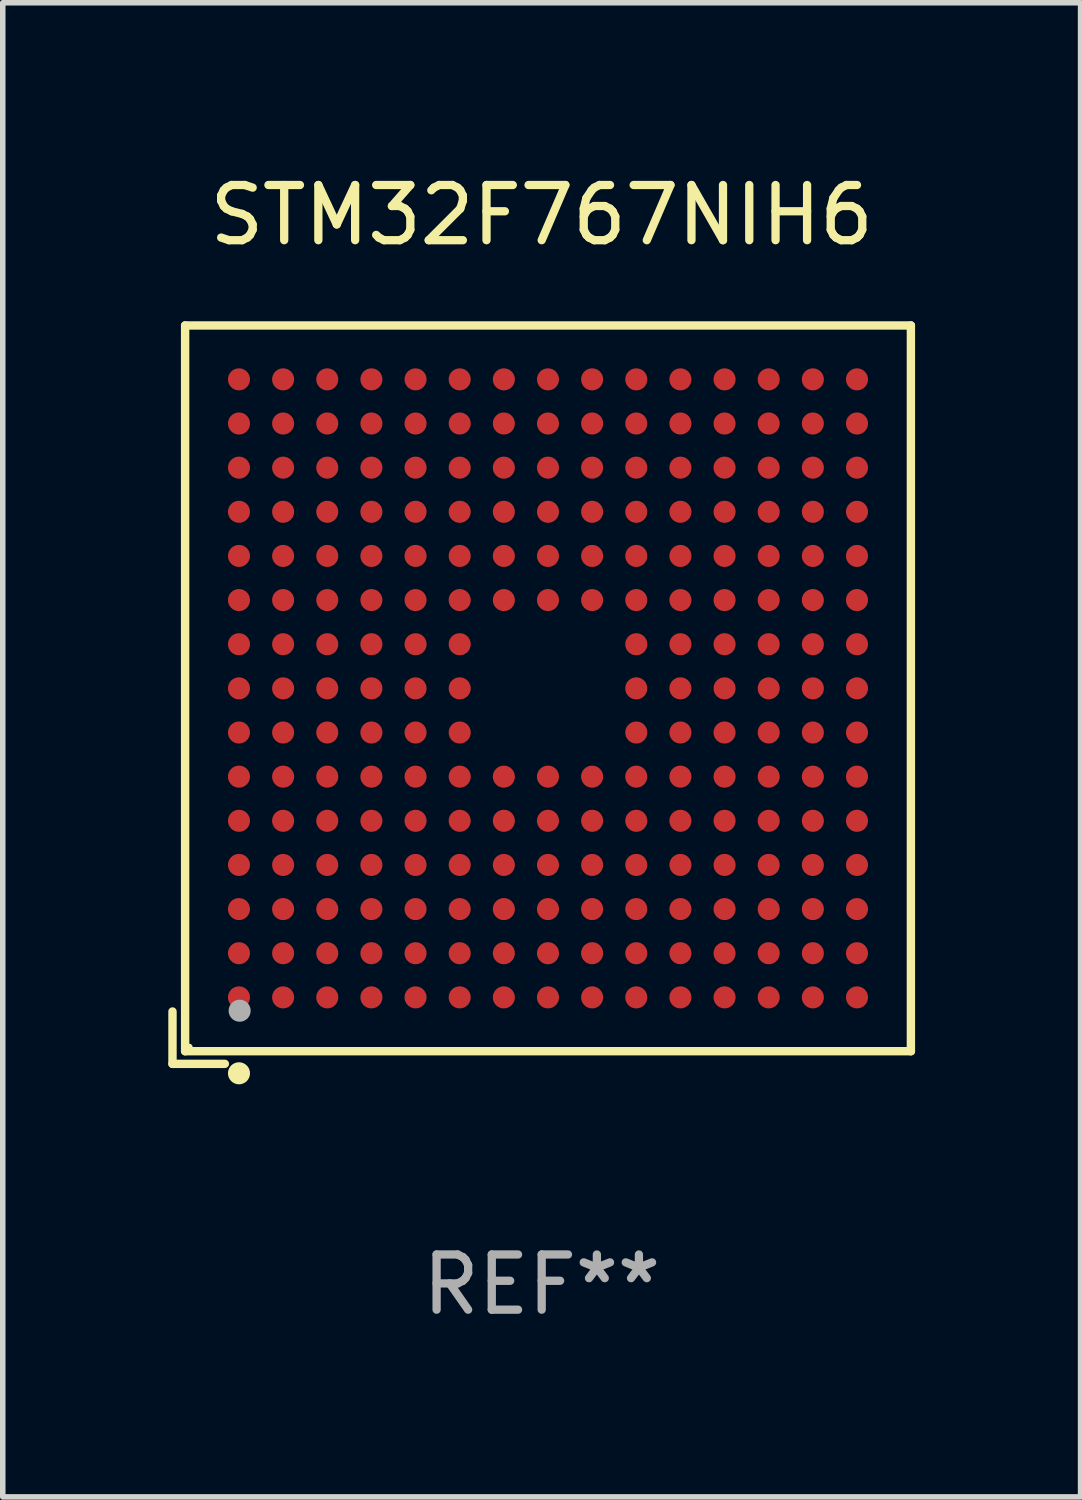
<source format=kicad_pcb>
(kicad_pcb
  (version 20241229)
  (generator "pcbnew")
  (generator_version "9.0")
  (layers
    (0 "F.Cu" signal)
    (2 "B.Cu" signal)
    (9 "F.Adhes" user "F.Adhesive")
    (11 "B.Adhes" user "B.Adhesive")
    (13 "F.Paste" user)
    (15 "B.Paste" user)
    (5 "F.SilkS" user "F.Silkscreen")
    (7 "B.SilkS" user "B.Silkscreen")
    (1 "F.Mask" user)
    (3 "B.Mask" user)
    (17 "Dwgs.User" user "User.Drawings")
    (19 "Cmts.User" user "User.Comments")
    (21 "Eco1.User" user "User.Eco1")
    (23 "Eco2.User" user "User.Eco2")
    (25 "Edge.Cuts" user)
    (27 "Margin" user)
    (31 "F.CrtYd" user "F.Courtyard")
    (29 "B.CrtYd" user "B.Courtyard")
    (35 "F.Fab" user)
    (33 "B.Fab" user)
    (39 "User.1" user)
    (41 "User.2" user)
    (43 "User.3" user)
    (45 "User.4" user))
  (footprint "STM32F767NIH6"
    (layer "F.Cu")
    (at 6.767 9.539)
    (property "Reference" "STM32F767NIH6" (at 0 -8.691 0) (layer "F.SilkS") (effects (font (size 1 1) (thickness 0.15))))
    (attr through_hole)
    (fp_line (start -6.691 5.742) (end -6.691 6.691) (stroke (width 0.152) (type solid)) (layer "F.SilkS"))
    (fp_line (start -6.691 6.691) (end -5.742 6.691) (stroke (width 0.152) (type solid)) (layer "F.SilkS"))
    (fp_line (start -6.462 -6.691) (end 6.691 -6.691) (stroke (width 0.152) (type solid)) (layer "F.SilkS"))
    (fp_line (start -6.462 6.462) (end -6.462 -6.691) (stroke (width 0.152) (type solid)) (layer "F.SilkS"))
    (fp_line (start 6.691 -6.691) (end 6.691 6.462) (stroke (width 0.152) (type solid)) (layer "F.SilkS"))
    (fp_line (start 6.691 6.462) (end -6.462 6.462) (stroke (width 0.152) (type solid)) (layer "F.SilkS"))
    (fp_circle (center -6.386 6.386) (end -6.356 6.386) (stroke (width 0.06) (type solid)) (fill no) (layer "F.SilkS"))
    (fp_circle (center -5.486 6.862) (end -5.386 6.862) (stroke (width 0.2) (type solid)) (fill no) (layer "F.SilkS"))
    (fp_circle (center -5.474 5.728) (end -5.374 5.728) (stroke (width 0.2) (type solid)) (fill no) (layer "F.Fab"))
    (fp_text user "REF**" (at 0 10.691 0) (layer "F.Fab") (effects (font (size 1 1) (thickness 0.15))))
    (pad "A1" smd circle (at -5.486 5.486) (size 0.4 0.4) (layers "F.Cu" "F.Mask" "F.Paste"))
    (pad "A2" smd circle (at -5.486 4.686) (size 0.4 0.4) (layers "F.Cu" "F.Mask" "F.Paste"))
    (pad "A3" smd circle (at -5.486 3.886) (size 0.4 0.4) (layers "F.Cu" "F.Mask" "F.Paste"))
    (pad "A4" smd circle (at -5.486 3.086) (size 0.4 0.4) (layers "F.Cu" "F.Mask" "F.Paste"))
    (pad "A5" smd circle (at -5.486 2.286) (size 0.4 0.4) (layers "F.Cu" "F.Mask" "F.Paste"))
    (pad "A6" smd circle (at -5.486 1.486) (size 0.4 0.4) (layers "F.Cu" "F.Mask" "F.Paste"))
    (pad "A7" smd circle (at -5.486 0.686) (size 0.4 0.4) (layers "F.Cu" "F.Mask" "F.Paste"))
    (pad "A8" smd circle (at -5.486 -0.114) (size 0.4 0.4) (layers "F.Cu" "F.Mask" "F.Paste"))
    (pad "A9" smd circle (at -5.486 -0.914) (size 0.4 0.4) (layers "F.Cu" "F.Mask" "F.Paste"))
    (pad "A10" smd circle (at -5.486 -1.714) (size 0.4 0.4) (layers "F.Cu" "F.Mask" "F.Paste"))
    (pad "A11" smd circle (at -5.486 -2.514) (size 0.4 0.4) (layers "F.Cu" "F.Mask" "F.Paste"))
    (pad "A12" smd circle (at -5.486 -3.314) (size 0.4 0.4) (layers "F.Cu" "F.Mask" "F.Paste"))
    (pad "A13" smd circle (at -5.486 -4.114) (size 0.4 0.4) (layers "F.Cu" "F.Mask" "F.Paste"))
    (pad "A14" smd circle (at -5.486 -4.914) (size 0.4 0.4) (layers "F.Cu" "F.Mask" "F.Paste"))
    (pad "A15" smd circle (at -5.486 -5.714) (size 0.4 0.4) (layers "F.Cu" "F.Mask" "F.Paste"))
    (pad "B1" smd circle (at -4.686 5.486) (size 0.4 0.4) (layers "F.Cu" "F.Mask" "F.Paste"))
    (pad "B2" smd circle (at -4.686 4.686) (size 0.4 0.4) (layers "F.Cu" "F.Mask" "F.Paste"))
    (pad "B3" smd circle (at -4.686 3.886) (size 0.4 0.4) (layers "F.Cu" "F.Mask" "F.Paste"))
    (pad "B4" smd circle (at -4.686 3.086) (size 0.4 0.4) (layers "F.Cu" "F.Mask" "F.Paste"))
    (pad "B5" smd circle (at -4.686 2.286) (size 0.4 0.4) (layers "F.Cu" "F.Mask" "F.Paste"))
    (pad "B6" smd circle (at -4.686 1.486) (size 0.4 0.4) (layers "F.Cu" "F.Mask" "F.Paste"))
    (pad "B7" smd circle (at -4.686 0.686) (size 0.4 0.4) (layers "F.Cu" "F.Mask" "F.Paste"))
    (pad "B8" smd circle (at -4.686 -0.114) (size 0.4 0.4) (layers "F.Cu" "F.Mask" "F.Paste"))
    (pad "B9" smd circle (at -4.686 -0.914) (size 0.4 0.4) (layers "F.Cu" "F.Mask" "F.Paste"))
    (pad "B10" smd circle (at -4.686 -1.714) (size 0.4 0.4) (layers "F.Cu" "F.Mask" "F.Paste"))
    (pad "B11" smd circle (at -4.686 -2.514) (size 0.4 0.4) (layers "F.Cu" "F.Mask" "F.Paste"))
    (pad "B12" smd circle (at -4.686 -3.314) (size 0.4 0.4) (layers "F.Cu" "F.Mask" "F.Paste"))
    (pad "B13" smd circle (at -4.686 -4.114) (size 0.4 0.4) (layers "F.Cu" "F.Mask" "F.Paste"))
    (pad "B14" smd circle (at -4.686 -4.914) (size 0.4 0.4) (layers "F.Cu" "F.Mask" "F.Paste"))
    (pad "B15" smd circle (at -4.686 -5.714) (size 0.4 0.4) (layers "F.Cu" "F.Mask" "F.Paste"))
    (pad "C1" smd circle (at -3.886 5.486) (size 0.4 0.4) (layers "F.Cu" "F.Mask" "F.Paste"))
    (pad "C2" smd circle (at -3.886 4.686) (size 0.4 0.4) (layers "F.Cu" "F.Mask" "F.Paste"))
    (pad "C3" smd circle (at -3.886 3.886) (size 0.4 0.4) (layers "F.Cu" "F.Mask" "F.Paste"))
    (pad "C4" smd circle (at -3.886 3.086) (size 0.4 0.4) (layers "F.Cu" "F.Mask" "F.Paste"))
    (pad "C5" smd circle (at -3.886 2.286) (size 0.4 0.4) (layers "F.Cu" "F.Mask" "F.Paste"))
    (pad "C6" smd circle (at -3.886 1.486) (size 0.4 0.4) (layers "F.Cu" "F.Mask" "F.Paste"))
    (pad "C7" smd circle (at -3.886 0.686) (size 0.4 0.4) (layers "F.Cu" "F.Mask" "F.Paste"))
    (pad "C8" smd circle (at -3.886 -0.114) (size 0.4 0.4) (layers "F.Cu" "F.Mask" "F.Paste"))
    (pad "C9" smd circle (at -3.886 -0.914) (size 0.4 0.4) (layers "F.Cu" "F.Mask" "F.Paste"))
    (pad "C10" smd circle (at -3.886 -1.714) (size 0.4 0.4) (layers "F.Cu" "F.Mask" "F.Paste"))
    (pad "C11" smd circle (at -3.886 -2.514) (size 0.4 0.4) (layers "F.Cu" "F.Mask" "F.Paste"))
    (pad "C12" smd circle (at -3.886 -3.314) (size 0.4 0.4) (layers "F.Cu" "F.Mask" "F.Paste"))
    (pad "C13" smd circle (at -3.886 -4.114) (size 0.4 0.4) (layers "F.Cu" "F.Mask" "F.Paste"))
    (pad "C14" smd circle (at -3.886 -4.914) (size 0.4 0.4) (layers "F.Cu" "F.Mask" "F.Paste"))
    (pad "C15" smd circle (at -3.886 -5.714) (size 0.4 0.4) (layers "F.Cu" "F.Mask" "F.Paste"))
    (pad "D1" smd circle (at -3.086 5.486) (size 0.4 0.4) (layers "F.Cu" "F.Mask" "F.Paste"))
    (pad "D2" smd circle (at -3.086 4.686) (size 0.4 0.4) (layers "F.Cu" "F.Mask" "F.Paste"))
    (pad "D3" smd circle (at -3.086 3.886) (size 0.4 0.4) (layers "F.Cu" "F.Mask" "F.Paste"))
    (pad "D4" smd circle (at -3.086 3.086) (size 0.4 0.4) (layers "F.Cu" "F.Mask" "F.Paste"))
    (pad "D5" smd circle (at -3.086 2.286) (size 0.4 0.4) (layers "F.Cu" "F.Mask" "F.Paste"))
    (pad "D6" smd circle (at -3.086 1.486) (size 0.4 0.4) (layers "F.Cu" "F.Mask" "F.Paste"))
    (pad "D7" smd circle (at -3.086 0.686) (size 0.4 0.4) (layers "F.Cu" "F.Mask" "F.Paste"))
    (pad "D8" smd circle (at -3.086 -0.114) (size 0.4 0.4) (layers "F.Cu" "F.Mask" "F.Paste"))
    (pad "D9" smd circle (at -3.086 -0.914) (size 0.4 0.4) (layers "F.Cu" "F.Mask" "F.Paste"))
    (pad "D10" smd circle (at -3.086 -1.714) (size 0.4 0.4) (layers "F.Cu" "F.Mask" "F.Paste"))
    (pad "D11" smd circle (at -3.086 -2.514) (size 0.4 0.4) (layers "F.Cu" "F.Mask" "F.Paste"))
    (pad "D12" smd circle (at -3.086 -3.314) (size 0.4 0.4) (layers "F.Cu" "F.Mask" "F.Paste"))
    (pad "D13" smd circle (at -3.086 -4.114) (size 0.4 0.4) (layers "F.Cu" "F.Mask" "F.Paste"))
    (pad "D14" smd circle (at -3.086 -4.914) (size 0.4 0.4) (layers "F.Cu" "F.Mask" "F.Paste"))
    (pad "D15" smd circle (at -3.086 -5.714) (size 0.4 0.4) (layers "F.Cu" "F.Mask" "F.Paste"))
    (pad "E1" smd circle (at -2.286 5.486) (size 0.4 0.4) (layers "F.Cu" "F.Mask" "F.Paste"))
    (pad "E2" smd circle (at -2.286 4.686) (size 0.4 0.4) (layers "F.Cu" "F.Mask" "F.Paste"))
    (pad "E3" smd circle (at -2.286 3.886) (size 0.4 0.4) (layers "F.Cu" "F.Mask" "F.Paste"))
    (pad "E4" smd circle (at -2.286 3.086) (size 0.4 0.4) (layers "F.Cu" "F.Mask" "F.Paste"))
    (pad "E5" smd circle (at -2.286 2.286) (size 0.4 0.4) (layers "F.Cu" "F.Mask" "F.Paste"))
    (pad "E6" smd circle (at -2.286 1.486) (size 0.4 0.4) (layers "F.Cu" "F.Mask" "F.Paste"))
    (pad "E7" smd circle (at -2.286 0.686) (size 0.4 0.4) (layers "F.Cu" "F.Mask" "F.Paste"))
    (pad "E8" smd circle (at -2.286 -0.114) (size 0.4 0.4) (layers "F.Cu" "F.Mask" "F.Paste"))
    (pad "E9" smd circle (at -2.286 -0.914) (size 0.4 0.4) (layers "F.Cu" "F.Mask" "F.Paste"))
    (pad "E10" smd circle (at -2.286 -1.714) (size 0.4 0.4) (layers "F.Cu" "F.Mask" "F.Paste"))
    (pad "E11" smd circle (at -2.286 -2.514) (size 0.4 0.4) (layers "F.Cu" "F.Mask" "F.Paste"))
    (pad "E12" smd circle (at -2.286 -3.314) (size 0.4 0.4) (layers "F.Cu" "F.Mask" "F.Paste"))
    (pad "E13" smd circle (at -2.286 -4.114) (size 0.4 0.4) (layers "F.Cu" "F.Mask" "F.Paste"))
    (pad "E14" smd circle (at -2.286 -4.914) (size 0.4 0.4) (layers "F.Cu" "F.Mask" "F.Paste"))
    (pad "E15" smd circle (at -2.286 -5.714) (size 0.4 0.4) (layers "F.Cu" "F.Mask" "F.Paste"))
    (pad "F1" smd circle (at -1.486 5.486) (size 0.4 0.4) (layers "F.Cu" "F.Mask" "F.Paste"))
    (pad "F2" smd circle (at -1.486 4.686) (size 0.4 0.4) (layers "F.Cu" "F.Mask" "F.Paste"))
    (pad "F3" smd circle (at -1.486 3.886) (size 0.4 0.4) (layers "F.Cu" "F.Mask" "F.Paste"))
    (pad "F4" smd circle (at -1.486 3.086) (size 0.4 0.4) (layers "F.Cu" "F.Mask" "F.Paste"))
    (pad "F5" smd circle (at -1.486 2.286) (size 0.4 0.4) (layers "F.Cu" "F.Mask" "F.Paste"))
    (pad "F6" smd circle (at -1.486 1.486) (size 0.4 0.4) (layers "F.Cu" "F.Mask" "F.Paste"))
    (pad "F7" smd circle (at -1.486 0.686) (size 0.4 0.4) (layers "F.Cu" "F.Mask" "F.Paste"))
    (pad "F8" smd circle (at -1.486 -0.114) (size 0.4 0.4) (layers "F.Cu" "F.Mask" "F.Paste"))
    (pad "F9" smd circle (at -1.486 -0.914) (size 0.4 0.4) (layers "F.Cu" "F.Mask" "F.Paste"))
    (pad "F10" smd circle (at -1.486 -1.714) (size 0.4 0.4) (layers "F.Cu" "F.Mask" "F.Paste"))
    (pad "F11" smd circle (at -1.486 -2.514) (size 0.4 0.4) (layers "F.Cu" "F.Mask" "F.Paste"))
    (pad "F12" smd circle (at -1.486 -3.314) (size 0.4 0.4) (layers "F.Cu" "F.Mask" "F.Paste"))
    (pad "F13" smd circle (at -1.486 -4.114) (size 0.4 0.4) (layers "F.Cu" "F.Mask" "F.Paste"))
    (pad "F14" smd circle (at -1.486 -4.914) (size 0.4 0.4) (layers "F.Cu" "F.Mask" "F.Paste"))
    (pad "F15" smd circle (at -1.486 -5.714) (size 0.4 0.4) (layers "F.Cu" "F.Mask" "F.Paste"))
    (pad "G1" smd circle (at -0.686 5.486) (size 0.4 0.4) (layers "F.Cu" "F.Mask" "F.Paste"))
    (pad "G2" smd circle (at -0.686 4.686) (size 0.4 0.4) (layers "F.Cu" "F.Mask" "F.Paste"))
    (pad "G3" smd circle (at -0.686 3.886) (size 0.4 0.4) (layers "F.Cu" "F.Mask" "F.Paste"))
    (pad "G4" smd circle (at -0.686 3.086) (size 0.4 0.4) (layers "F.Cu" "F.Mask" "F.Paste"))
    (pad "G5" smd circle (at -0.686 2.286) (size 0.4 0.4) (layers "F.Cu" "F.Mask" "F.Paste"))
    (pad "G6" smd circle (at -0.686 1.486) (size 0.4 0.4) (layers "F.Cu" "F.Mask" "F.Paste"))
    (pad "G10" smd circle (at -0.686 -1.714) (size 0.4 0.4) (layers "F.Cu" "F.Mask" "F.Paste"))
    (pad "G11" smd circle (at -0.686 -2.514) (size 0.4 0.4) (layers "F.Cu" "F.Mask" "F.Paste"))
    (pad "G12" smd circle (at -0.686 -3.314) (size 0.4 0.4) (layers "F.Cu" "F.Mask" "F.Paste"))
    (pad "G13" smd circle (at -0.686 -4.114) (size 0.4 0.4) (layers "F.Cu" "F.Mask" "F.Paste"))
    (pad "G14" smd circle (at -0.686 -4.914) (size 0.4 0.4) (layers "F.Cu" "F.Mask" "F.Paste"))
    (pad "G15" smd circle (at -0.686 -5.714) (size 0.4 0.4) (layers "F.Cu" "F.Mask" "F.Paste"))
    (pad "H1" smd circle (at 0.114 5.486) (size 0.4 0.4) (layers "F.Cu" "F.Mask" "F.Paste"))
    (pad "H2" smd circle (at 0.114 4.686) (size 0.4 0.4) (layers "F.Cu" "F.Mask" "F.Paste"))
    (pad "H3" smd circle (at 0.114 3.886) (size 0.4 0.4) (layers "F.Cu" "F.Mask" "F.Paste"))
    (pad "H4" smd circle (at 0.114 3.086) (size 0.4 0.4) (layers "F.Cu" "F.Mask" "F.Paste"))
    (pad "H5" smd circle (at 0.114 2.286) (size 0.4 0.4) (layers "F.Cu" "F.Mask" "F.Paste"))
    (pad "H6" smd circle (at 0.114 1.486) (size 0.4 0.4) (layers "F.Cu" "F.Mask" "F.Paste"))
    (pad "H10" smd circle (at 0.114 -1.714) (size 0.4 0.4) (layers "F.Cu" "F.Mask" "F.Paste"))
    (pad "H11" smd circle (at 0.114 -2.514) (size 0.4 0.4) (layers "F.Cu" "F.Mask" "F.Paste"))
    (pad "H12" smd circle (at 0.114 -3.314) (size 0.4 0.4) (layers "F.Cu" "F.Mask" "F.Paste"))
    (pad "H13" smd circle (at 0.114 -4.114) (size 0.4 0.4) (layers "F.Cu" "F.Mask" "F.Paste"))
    (pad "H14" smd circle (at 0.114 -4.914) (size 0.4 0.4) (layers "F.Cu" "F.Mask" "F.Paste"))
    (pad "H15" smd circle (at 0.114 -5.714) (size 0.4 0.4) (layers "F.Cu" "F.Mask" "F.Paste"))
    (pad "J1" smd circle (at 0.914 5.486) (size 0.4 0.4) (layers "F.Cu" "F.Mask" "F.Paste"))
    (pad "J2" smd circle (at 0.914 4.686) (size 0.4 0.4) (layers "F.Cu" "F.Mask" "F.Paste"))
    (pad "J3" smd circle (at 0.914 3.886) (size 0.4 0.4) (layers "F.Cu" "F.Mask" "F.Paste"))
    (pad "J4" smd circle (at 0.914 3.086) (size 0.4 0.4) (layers "F.Cu" "F.Mask" "F.Paste"))
    (pad "J5" smd circle (at 0.914 2.286) (size 0.4 0.4) (layers "F.Cu" "F.Mask" "F.Paste"))
    (pad "J6" smd circle (at 0.914 1.486) (size 0.4 0.4) (layers "F.Cu" "F.Mask" "F.Paste"))
    (pad "J10" smd circle (at 0.914 -1.714) (size 0.4 0.4) (layers "F.Cu" "F.Mask" "F.Paste"))
    (pad "J11" smd circle (at 0.914 -2.514) (size 0.4 0.4) (layers "F.Cu" "F.Mask" "F.Paste"))
    (pad "J12" smd circle (at 0.914 -3.314) (size 0.4 0.4) (layers "F.Cu" "F.Mask" "F.Paste"))
    (pad "J13" smd circle (at 0.914 -4.114) (size 0.4 0.4) (layers "F.Cu" "F.Mask" "F.Paste"))
    (pad "J14" smd circle (at 0.914 -4.914) (size 0.4 0.4) (layers "F.Cu" "F.Mask" "F.Paste"))
    (pad "J15" smd circle (at 0.914 -5.714) (size 0.4 0.4) (layers "F.Cu" "F.Mask" "F.Paste"))
    (pad "K1" smd circle (at 1.714 5.486) (size 0.4 0.4) (layers "F.Cu" "F.Mask" "F.Paste"))
    (pad "K2" smd circle (at 1.714 4.686) (size 0.4 0.4) (layers "F.Cu" "F.Mask" "F.Paste"))
    (pad "K3" smd circle (at 1.714 3.886) (size 0.4 0.4) (layers "F.Cu" "F.Mask" "F.Paste"))
    (pad "K4" smd circle (at 1.714 3.086) (size 0.4 0.4) (layers "F.Cu" "F.Mask" "F.Paste"))
    (pad "K5" smd circle (at 1.714 2.286) (size 0.4 0.4) (layers "F.Cu" "F.Mask" "F.Paste"))
    (pad "K6" smd circle (at 1.714 1.486) (size 0.4 0.4) (layers "F.Cu" "F.Mask" "F.Paste"))
    (pad "K7" smd circle (at 1.714 0.686) (size 0.4 0.4) (layers "F.Cu" "F.Mask" "F.Paste"))
    (pad "K8" smd circle (at 1.714 -0.114) (size 0.4 0.4) (layers "F.Cu" "F.Mask" "F.Paste"))
    (pad "K9" smd circle (at 1.714 -0.914) (size 0.4 0.4) (layers "F.Cu" "F.Mask" "F.Paste"))
    (pad "K10" smd circle (at 1.714 -1.714) (size 0.4 0.4) (layers "F.Cu" "F.Mask" "F.Paste"))
    (pad "K11" smd circle (at 1.714 -2.514) (size 0.4 0.4) (layers "F.Cu" "F.Mask" "F.Paste"))
    (pad "K12" smd circle (at 1.714 -3.314) (size 0.4 0.4) (layers "F.Cu" "F.Mask" "F.Paste"))
    (pad "K13" smd circle (at 1.714 -4.114) (size 0.4 0.4) (layers "F.Cu" "F.Mask" "F.Paste"))
    (pad "K14" smd circle (at 1.714 -4.914) (size 0.4 0.4) (layers "F.Cu" "F.Mask" "F.Paste"))
    (pad "K15" smd circle (at 1.714 -5.714) (size 0.4 0.4) (layers "F.Cu" "F.Mask" "F.Paste"))
    (pad "L1" smd circle (at 2.514 5.486) (size 0.4 0.4) (layers "F.Cu" "F.Mask" "F.Paste"))
    (pad "L2" smd circle (at 2.514 4.686) (size 0.4 0.4) (layers "F.Cu" "F.Mask" "F.Paste"))
    (pad "L3" smd circle (at 2.514 3.886) (size 0.4 0.4) (layers "F.Cu" "F.Mask" "F.Paste"))
    (pad "L4" smd circle (at 2.514 3.086) (size 0.4 0.4) (layers "F.Cu" "F.Mask" "F.Paste"))
    (pad "L5" smd circle (at 2.514 2.286) (size 0.4 0.4) (layers "F.Cu" "F.Mask" "F.Paste"))
    (pad "L6" smd circle (at 2.514 1.486) (size 0.4 0.4) (layers "F.Cu" "F.Mask" "F.Paste"))
    (pad "L7" smd circle (at 2.514 0.686) (size 0.4 0.4) (layers "F.Cu" "F.Mask" "F.Paste"))
    (pad "L8" smd circle (at 2.514 -0.114) (size 0.4 0.4) (layers "F.Cu" "F.Mask" "F.Paste"))
    (pad "L9" smd circle (at 2.514 -0.914) (size 0.4 0.4) (layers "F.Cu" "F.Mask" "F.Paste"))
    (pad "L10" smd circle (at 2.514 -1.714) (size 0.4 0.4) (layers "F.Cu" "F.Mask" "F.Paste"))
    (pad "L11" smd circle (at 2.514 -2.514) (size 0.4 0.4) (layers "F.Cu" "F.Mask" "F.Paste"))
    (pad "L12" smd circle (at 2.514 -3.314) (size 0.4 0.4) (layers "F.Cu" "F.Mask" "F.Paste"))
    (pad "L13" smd circle (at 2.514 -4.114) (size 0.4 0.4) (layers "F.Cu" "F.Mask" "F.Paste"))
    (pad "L14" smd circle (at 2.514 -4.914) (size 0.4 0.4) (layers "F.Cu" "F.Mask" "F.Paste"))
    (pad "L15" smd circle (at 2.514 -5.714) (size 0.4 0.4) (layers "F.Cu" "F.Mask" "F.Paste"))
    (pad "M1" smd circle (at 3.314 5.486) (size 0.4 0.4) (layers "F.Cu" "F.Mask" "F.Paste"))
    (pad "M2" smd circle (at 3.314 4.686) (size 0.4 0.4) (layers "F.Cu" "F.Mask" "F.Paste"))
    (pad "M3" smd circle (at 3.314 3.886) (size 0.4 0.4) (layers "F.Cu" "F.Mask" "F.Paste"))
    (pad "M4" smd circle (at 3.314 3.086) (size 0.4 0.4) (layers "F.Cu" "F.Mask" "F.Paste"))
    (pad "M5" smd circle (at 3.314 2.286) (size 0.4 0.4) (layers "F.Cu" "F.Mask" "F.Paste"))
    (pad "M6" smd circle (at 3.314 1.486) (size 0.4 0.4) (layers "F.Cu" "F.Mask" "F.Paste"))
    (pad "M7" smd circle (at 3.314 0.686) (size 0.4 0.4) (layers "F.Cu" "F.Mask" "F.Paste"))
    (pad "M8" smd circle (at 3.314 -0.114) (size 0.4 0.4) (layers "F.Cu" "F.Mask" "F.Paste"))
    (pad "M9" smd circle (at 3.314 -0.914) (size 0.4 0.4) (layers "F.Cu" "F.Mask" "F.Paste"))
    (pad "M10" smd circle (at 3.314 -1.714) (size 0.4 0.4) (layers "F.Cu" "F.Mask" "F.Paste"))
    (pad "M11" smd circle (at 3.314 -2.514) (size 0.4 0.4) (layers "F.Cu" "F.Mask" "F.Paste"))
    (pad "M12" smd circle (at 3.314 -3.314) (size 0.4 0.4) (layers "F.Cu" "F.Mask" "F.Paste"))
    (pad "M13" smd circle (at 3.314 -4.114) (size 0.4 0.4) (layers "F.Cu" "F.Mask" "F.Paste"))
    (pad "M14" smd circle (at 3.314 -4.914) (size 0.4 0.4) (layers "F.Cu" "F.Mask" "F.Paste"))
    (pad "M15" smd circle (at 3.314 -5.714) (size 0.4 0.4) (layers "F.Cu" "F.Mask" "F.Paste"))
    (pad "N1" smd circle (at 4.114 5.486) (size 0.4 0.4) (layers "F.Cu" "F.Mask" "F.Paste"))
    (pad "N2" smd circle (at 4.114 4.686) (size 0.4 0.4) (layers "F.Cu" "F.Mask" "F.Paste"))
    (pad "N3" smd circle (at 4.114 3.886) (size 0.4 0.4) (layers "F.Cu" "F.Mask" "F.Paste"))
    (pad "N4" smd circle (at 4.114 3.086) (size 0.4 0.4) (layers "F.Cu" "F.Mask" "F.Paste"))
    (pad "N5" smd circle (at 4.114 2.286) (size 0.4 0.4) (layers "F.Cu" "F.Mask" "F.Paste"))
    (pad "N6" smd circle (at 4.114 1.486) (size 0.4 0.4) (layers "F.Cu" "F.Mask" "F.Paste"))
    (pad "N7" smd circle (at 4.114 0.686) (size 0.4 0.4) (layers "F.Cu" "F.Mask" "F.Paste"))
    (pad "N8" smd circle (at 4.114 -0.114) (size 0.4 0.4) (layers "F.Cu" "F.Mask" "F.Paste"))
    (pad "N9" smd circle (at 4.114 -0.914) (size 0.4 0.4) (layers "F.Cu" "F.Mask" "F.Paste"))
    (pad "N10" smd circle (at 4.114 -1.714) (size 0.4 0.4) (layers "F.Cu" "F.Mask" "F.Paste"))
    (pad "N11" smd circle (at 4.114 -2.514) (size 0.4 0.4) (layers "F.Cu" "F.Mask" "F.Paste"))
    (pad "N12" smd circle (at 4.114 -3.314) (size 0.4 0.4) (layers "F.Cu" "F.Mask" "F.Paste"))
    (pad "N13" smd circle (at 4.114 -4.114) (size 0.4 0.4) (layers "F.Cu" "F.Mask" "F.Paste"))
    (pad "N14" smd circle (at 4.114 -4.914) (size 0.4 0.4) (layers "F.Cu" "F.Mask" "F.Paste"))
    (pad "N15" smd circle (at 4.114 -5.714) (size 0.4 0.4) (layers "F.Cu" "F.Mask" "F.Paste"))
    (pad "P1" smd circle (at 4.914 5.486) (size 0.4 0.4) (layers "F.Cu" "F.Mask" "F.Paste"))
    (pad "P2" smd circle (at 4.914 4.686) (size 0.4 0.4) (layers "F.Cu" "F.Mask" "F.Paste"))
    (pad "P3" smd circle (at 4.914 3.886) (size 0.4 0.4) (layers "F.Cu" "F.Mask" "F.Paste"))
    (pad "P4" smd circle (at 4.914 3.086) (size 0.4 0.4) (layers "F.Cu" "F.Mask" "F.Paste"))
    (pad "P5" smd circle (at 4.914 2.286) (size 0.4 0.4) (layers "F.Cu" "F.Mask" "F.Paste"))
    (pad "P6" smd circle (at 4.914 1.486) (size 0.4 0.4) (layers "F.Cu" "F.Mask" "F.Paste"))
    (pad "P7" smd circle (at 4.914 0.686) (size 0.4 0.4) (layers "F.Cu" "F.Mask" "F.Paste"))
    (pad "P8" smd circle (at 4.914 -0.114) (size 0.4 0.4) (layers "F.Cu" "F.Mask" "F.Paste"))
    (pad "P9" smd circle (at 4.914 -0.914) (size 0.4 0.4) (layers "F.Cu" "F.Mask" "F.Paste"))
    (pad "P10" smd circle (at 4.914 -1.714) (size 0.4 0.4) (layers "F.Cu" "F.Mask" "F.Paste"))
    (pad "P11" smd circle (at 4.914 -2.514) (size 0.4 0.4) (layers "F.Cu" "F.Mask" "F.Paste"))
    (pad "P12" smd circle (at 4.914 -3.314) (size 0.4 0.4) (layers "F.Cu" "F.Mask" "F.Paste"))
    (pad "P13" smd circle (at 4.914 -4.114) (size 0.4 0.4) (layers "F.Cu" "F.Mask" "F.Paste"))
    (pad "P14" smd circle (at 4.914 -4.914) (size 0.4 0.4) (layers "F.Cu" "F.Mask" "F.Paste"))
    (pad "P15" smd circle (at 4.914 -5.714) (size 0.4 0.4) (layers "F.Cu" "F.Mask" "F.Paste"))
    (pad "R1" smd circle (at 5.714 5.486) (size 0.4 0.4) (layers "F.Cu" "F.Mask" "F.Paste"))
    (pad "R2" smd circle (at 5.714 4.686) (size 0.4 0.4) (layers "F.Cu" "F.Mask" "F.Paste"))
    (pad "R3" smd circle (at 5.714 3.886) (size 0.4 0.4) (layers "F.Cu" "F.Mask" "F.Paste"))
    (pad "R4" smd circle (at 5.714 3.086) (size 0.4 0.4) (layers "F.Cu" "F.Mask" "F.Paste"))
    (pad "R5" smd circle (at 5.714 2.286) (size 0.4 0.4) (layers "F.Cu" "F.Mask" "F.Paste"))
    (pad "R6" smd circle (at 5.714 1.486) (size 0.4 0.4) (layers "F.Cu" "F.Mask" "F.Paste"))
    (pad "R7" smd circle (at 5.714 0.686) (size 0.4 0.4) (layers "F.Cu" "F.Mask" "F.Paste"))
    (pad "R8" smd circle (at 5.714 -0.114) (size 0.4 0.4) (layers "F.Cu" "F.Mask" "F.Paste"))
    (pad "R9" smd circle (at 5.714 -0.914) (size 0.4 0.4) (layers "F.Cu" "F.Mask" "F.Paste"))
    (pad "R10" smd circle (at 5.714 -1.714) (size 0.4 0.4) (layers "F.Cu" "F.Mask" "F.Paste"))
    (pad "R11" smd circle (at 5.714 -2.514) (size 0.4 0.4) (layers "F.Cu" "F.Mask" "F.Paste"))
    (pad "R12" smd circle (at 5.714 -3.314) (size 0.4 0.4) (layers "F.Cu" "F.Mask" "F.Paste"))
    (pad "R13" smd circle (at 5.714 -4.114) (size 0.4 0.4) (layers "F.Cu" "F.Mask" "F.Paste"))
    (pad "R14" smd circle (at 5.714 -4.914) (size 0.4 0.4) (layers "F.Cu" "F.Mask" "F.Paste"))
    (pad "R15" smd circle (at 5.714 -5.714) (size 0.4 0.4) (layers "F.Cu" "F.Mask" "F.Paste")))
  (gr_rect
    (start -3 -3)
    (end 16.533 24.078)
    (stroke (width 0.1) (type default))
    (fill no)
    (layer "Edge.Cuts")))
</source>
